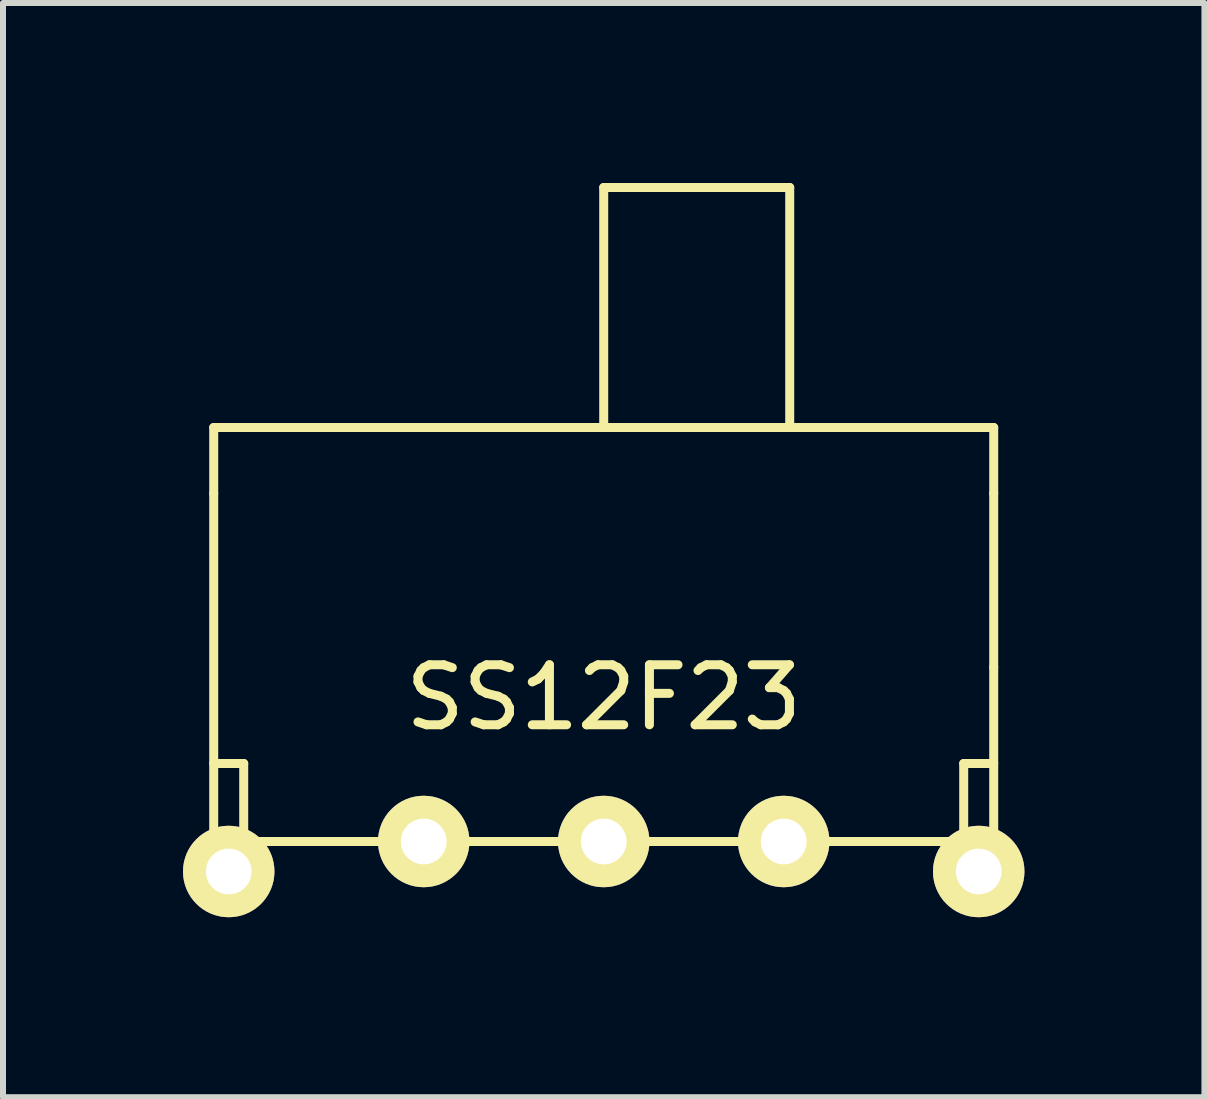
<source format=kicad_pcb>
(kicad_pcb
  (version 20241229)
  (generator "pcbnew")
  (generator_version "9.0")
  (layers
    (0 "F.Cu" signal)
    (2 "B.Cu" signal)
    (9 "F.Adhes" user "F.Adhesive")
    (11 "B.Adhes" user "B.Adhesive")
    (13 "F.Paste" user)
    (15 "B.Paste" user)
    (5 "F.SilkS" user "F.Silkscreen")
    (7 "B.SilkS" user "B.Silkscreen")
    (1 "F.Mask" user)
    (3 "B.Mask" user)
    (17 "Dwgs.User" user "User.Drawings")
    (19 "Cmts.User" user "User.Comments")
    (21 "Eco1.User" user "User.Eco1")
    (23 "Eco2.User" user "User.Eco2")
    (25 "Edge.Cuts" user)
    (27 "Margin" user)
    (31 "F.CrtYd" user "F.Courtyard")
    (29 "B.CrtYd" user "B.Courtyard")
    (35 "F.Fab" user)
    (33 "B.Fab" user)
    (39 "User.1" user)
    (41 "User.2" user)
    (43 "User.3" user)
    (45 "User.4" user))
  (footprint "SS12F23"
    (layer "F.Cu")
    (at 7.012 8.075)
    (property "Reference" "SS12F23" (at 0 0.5 0) (layer "F.SilkS") (effects (font (size 1 1) (thickness 0.15))))
    (attr through_hole)
    (fp_line (start -6.5 -2.9) (end -6.5 -4) (stroke (width 0.15) (type solid)) (layer "F.SilkS"))
    (fp_line (start -6.5 -2.9) (end -6.5 2.9) (stroke (width 0.15) (type solid)) (layer "F.SilkS"))
    (fp_line (start -6.5 1.6) (end -6 1.6) (stroke (width 0.15) (type solid)) (layer "F.SilkS"))
    (fp_line (start -6.5 2.9) (end 6.5 2.9) (stroke (width 0.15) (type solid)) (layer "F.SilkS"))
    (fp_line (start -6 1.6) (end -6 2.9) (stroke (width 0.15) (type solid)) (layer "F.SilkS"))
    (fp_line (start 0 -8) (end 3.1 -8) (stroke (width 0.15) (type solid)) (layer "F.SilkS"))
    (fp_line (start 0 -4) (end 0 -8) (stroke (width 0.15) (type solid)) (layer "F.SilkS"))
    (fp_line (start 3.1 -8) (end 3.1 -4) (stroke (width 0.15) (type solid)) (layer "F.SilkS"))
    (fp_line (start 6 1.6) (end 6 2.9) (stroke (width 0.15) (type solid)) (layer "F.SilkS"))
    (fp_line (start 6.5 -4) (end -6.5 -4) (stroke (width 0.15) (type solid)) (layer "F.SilkS"))
    (fp_line (start 6.5 -2.9) (end 6.5 -4) (stroke (width 0.15) (type solid)) (layer "F.SilkS"))
    (fp_line (start 6.5 0) (end 6.5 -2.9) (stroke (width 0.15) (type solid)) (layer "F.SilkS"))
    (fp_line (start 6.5 1.6) (end 6 1.6) (stroke (width 0.15) (type solid)) (layer "F.SilkS"))
    (fp_line (start 6.5 2.9) (end 6.5 0) (stroke (width 0.15) (type solid)) (layer "F.SilkS"))
    (pad "" thru_hole circle (at -6.25 3.4) (size 1.524 1.524) (drill 0.762) (layers "*.Cu" "*.Mask" "F.SilkS"))
    (pad "" thru_hole circle (at 6.25 3.4) (size 1.524 1.524) (drill 0.762) (layers "*.Cu" "*.Mask" "F.SilkS"))
    (pad "1" thru_hole circle (at -3 2.9) (size 1.524 1.524) (drill 0.762) (layers "*.Cu" "*.Mask" "F.SilkS"))
    (pad "2" thru_hole circle (at 0 2.9) (size 1.524 1.524) (drill 0.762) (layers "*.Cu" "*.Mask" "F.SilkS"))
    (pad "3" thru_hole circle (at 3 2.9) (size 1.524 1.524) (drill 0.762) (layers "*.Cu" "*.Mask" "F.SilkS")))
  (gr_rect
    (start -3 -3)
    (end 17.024 15.237)
    (stroke (width 0.1) (type default))
    (fill no)
    (layer "Edge.Cuts")))
</source>
